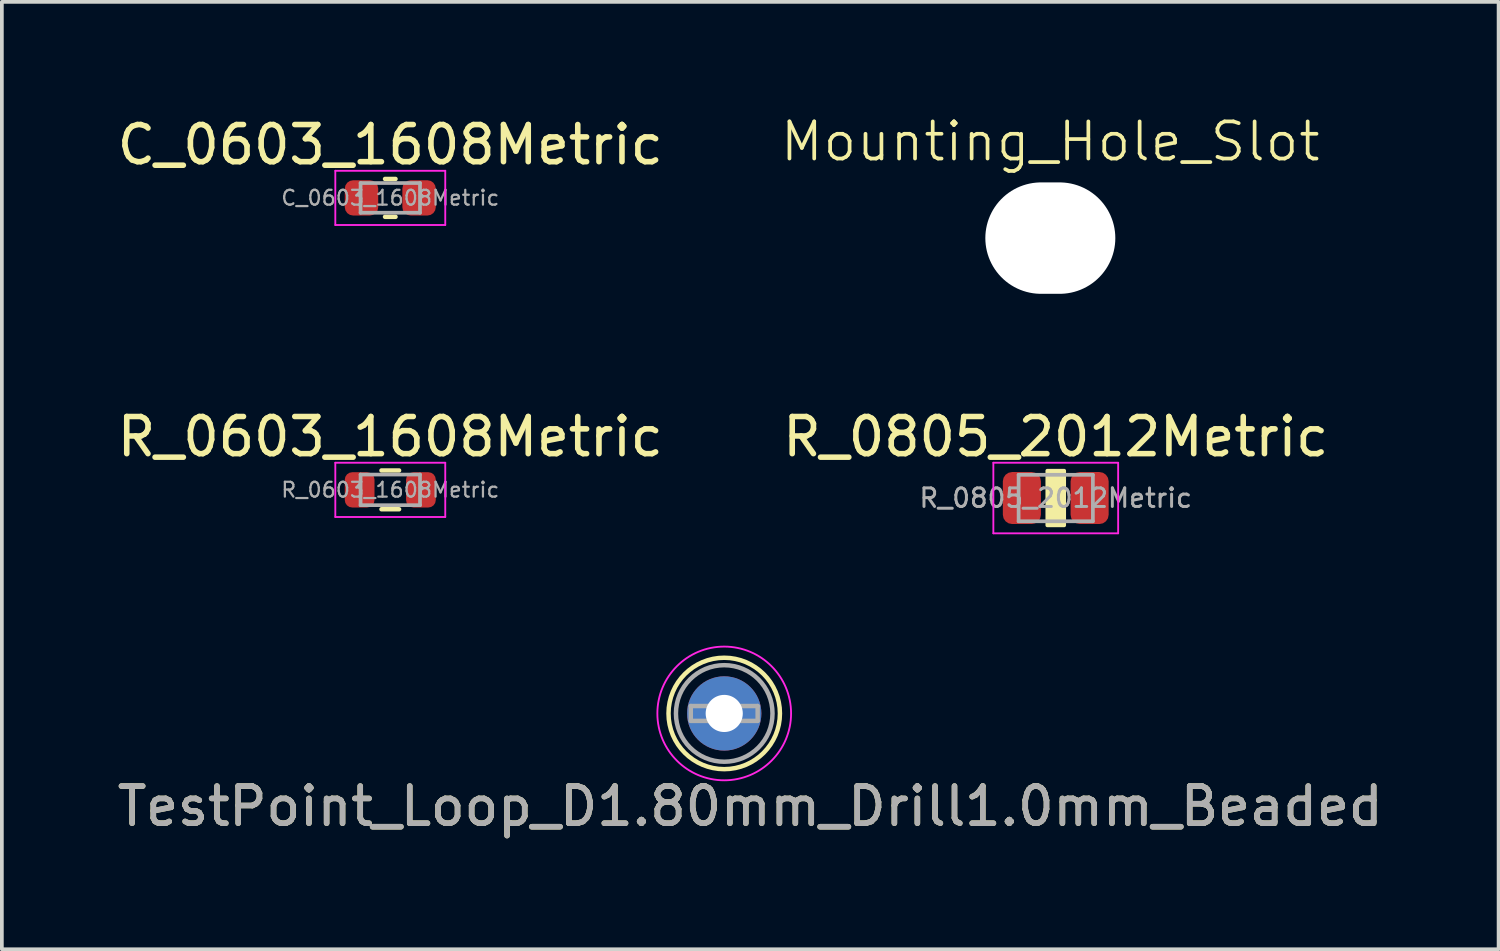
<source format=kicad_pcb>
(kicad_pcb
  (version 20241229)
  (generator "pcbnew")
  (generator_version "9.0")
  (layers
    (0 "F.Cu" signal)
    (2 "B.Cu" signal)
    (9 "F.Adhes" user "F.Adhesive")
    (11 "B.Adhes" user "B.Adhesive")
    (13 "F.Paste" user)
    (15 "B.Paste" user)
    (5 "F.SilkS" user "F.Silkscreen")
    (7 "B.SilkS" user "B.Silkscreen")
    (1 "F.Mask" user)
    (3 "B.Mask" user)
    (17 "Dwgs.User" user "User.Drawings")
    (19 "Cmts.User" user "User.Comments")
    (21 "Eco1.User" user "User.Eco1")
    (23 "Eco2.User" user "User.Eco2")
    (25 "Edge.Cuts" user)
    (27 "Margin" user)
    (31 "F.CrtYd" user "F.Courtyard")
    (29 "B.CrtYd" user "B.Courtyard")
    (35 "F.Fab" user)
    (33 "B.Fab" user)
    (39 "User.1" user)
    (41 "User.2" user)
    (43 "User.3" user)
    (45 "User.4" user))
  (footprint "C_0603_1608Metric"
    (layer "F.Cu")
    (at 7.458 2.278)
    (property "Reference" "C_0603_1608Metric" (at 0 -1.43 0) (layer "F.SilkS") (effects (font (size 1 1) (thickness 0.15))))
    (attr smd)
    (fp_line (start -0.141 -0.51) (end 0.141 -0.51) (stroke (width 0.12) (type solid)) (layer "F.SilkS"))
    (fp_line (start -0.141 0.51) (end 0.141 0.51) (stroke (width 0.12) (type solid)) (layer "F.SilkS"))
    (fp_line (start -1.48 -0.73) (end 1.48 -0.73) (stroke (width 0.05) (type solid)) (layer "F.CrtYd"))
    (fp_line (start -1.48 0.73) (end -1.48 -0.73) (stroke (width 0.05) (type solid)) (layer "F.CrtYd"))
    (fp_line (start 1.48 -0.73) (end 1.48 0.73) (stroke (width 0.05) (type solid)) (layer "F.CrtYd"))
    (fp_line (start 1.48 0.73) (end -1.48 0.73) (stroke (width 0.05) (type solid)) (layer "F.CrtYd"))
    (fp_line (start -0.8 -0.4) (end 0.8 -0.4) (stroke (width 0.1) (type solid)) (layer "F.Fab"))
    (fp_line (start -0.8 0.4) (end -0.8 -0.4) (stroke (width 0.1) (type solid)) (layer "F.Fab"))
    (fp_line (start 0.8 -0.4) (end 0.8 0.4) (stroke (width 0.1) (type solid)) (layer "F.Fab"))
    (fp_line (start 0.8 0.4) (end -0.8 0.4) (stroke (width 0.1) (type solid)) (layer "F.Fab"))
    (fp_text user "${REFERENCE}" (at 0 0 0) (layer "F.Fab") (effects (font (size 0.4 0.4) (thickness 0.06))))
    (pad "1" smd roundrect (at -0.775 0) (size 0.9 0.95) (layers "F.Cu" "F.Mask" "F.Paste") (roundrect_rratio 0.25))
    (pad "2" smd roundrect (at 0.775 0) (size 0.9 0.95) (layers "F.Cu" "F.Mask" "F.Paste") (roundrect_rratio 0.25)))
  (footprint "TestPoint_Loop_D1.80mm_Drill1.0mm_Beaded"
    (layer "F.Cu")
    (at 16.449 16.159)
    (property "Reference" "TestPoint_Loop_D1.80mm_Drill1.0mm_Beaded" (at 0.7 2.5 0) (layer "F.SilkS") (effects (font (size 1 1) (thickness 0.15))))
    (attr through_hole)
    (fp_circle (center 0 0) (end 1.5 0) (stroke (width 0.12) (type solid)) (fill no) (layer "F.SilkS"))
    (fp_circle (center 0 0) (end 1.8 0) (stroke (width 0.05) (type solid)) (fill no) (layer "F.CrtYd"))
    (fp_line (start -0.9 -0.2) (end 0.9 -0.2) (stroke (width 0.12) (type solid)) (layer "F.Fab"))
    (fp_line (start -0.9 0.2) (end -0.9 -0.2) (stroke (width 0.12) (type solid)) (layer "F.Fab"))
    (fp_line (start 0.9 -0.2) (end 0.9 0.2) (stroke (width 0.12) (type solid)) (layer "F.Fab"))
    (fp_line (start 0.9 0.2) (end -0.9 0.2) (stroke (width 0.12) (type solid)) (layer "F.Fab"))
    (fp_circle (center 0 0) (end 1.3 0) (stroke (width 0.12) (type solid)) (fill no) (layer "F.Fab"))
    (fp_text user "${REFERENCE}" (at 0.7 2.5 0) (layer "F.Fab") (effects (font (size 1 1) (thickness 0.15))))
    (pad "1" thru_hole circle (at 0 0) (size 2 2) (drill 1) (layers "*.Cu" "*.Mask")))
  (footprint "R_0603_1608Metric"
    (layer "F.Cu")
    (at 7.458 10.139)
    (property "Reference" "R_0603_1608Metric" (at 0 -1.43 0) (layer "F.SilkS") (effects (font (size 1 1) (thickness 0.15))))
    (attr smd)
    (fp_line (start -0.237 -0.522) (end 0.237 -0.522) (stroke (width 0.12) (type solid)) (layer "F.SilkS"))
    (fp_line (start -0.237 0.522) (end 0.237 0.522) (stroke (width 0.12) (type solid)) (layer "F.SilkS"))
    (fp_line (start -1.48 -0.73) (end 1.48 -0.73) (stroke (width 0.05) (type solid)) (layer "F.CrtYd"))
    (fp_line (start -1.48 0.73) (end -1.48 -0.73) (stroke (width 0.05) (type solid)) (layer "F.CrtYd"))
    (fp_line (start 1.48 -0.73) (end 1.48 0.73) (stroke (width 0.05) (type solid)) (layer "F.CrtYd"))
    (fp_line (start 1.48 0.73) (end -1.48 0.73) (stroke (width 0.05) (type solid)) (layer "F.CrtYd"))
    (fp_line (start -0.8 -0.412) (end 0.8 -0.412) (stroke (width 0.1) (type solid)) (layer "F.Fab"))
    (fp_line (start -0.8 0.412) (end -0.8 -0.412) (stroke (width 0.1) (type solid)) (layer "F.Fab"))
    (fp_line (start 0.8 -0.412) (end 0.8 0.412) (stroke (width 0.1) (type solid)) (layer "F.Fab"))
    (fp_line (start 0.8 0.412) (end -0.8 0.412) (stroke (width 0.1) (type solid)) (layer "F.Fab"))
    (fp_text user "${REFERENCE}" (at 0 0 0) (layer "F.Fab") (effects (font (size 0.4 0.4) (thickness 0.06))))
    (pad "1" smd roundrect (at -0.825 0) (size 0.8 0.95) (layers "F.Cu" "F.Mask" "F.Paste") (roundrect_rratio 0.25))
    (pad "2" smd roundrect (at 0.825 0) (size 0.8 0.95) (layers "F.Cu" "F.Mask" "F.Paste") (roundrect_rratio 0.25)))
  (footprint "R_0805_2012Metric"
    (layer "F.Cu")
    (at 25.375 10.359)
    (property "Reference" "R_0805_2012Metric" (at 0 -1.65 0) (layer "F.SilkS") (effects (font (size 1 1) (thickness 0.15))))
    (attr smd)
    (fp_rect (start -0.227 -0.735) (end 0.227 0.735) (stroke (width 0.1) (type solid)) (fill yes) (layer "F.SilkS"))
    (fp_line (start -1.68 -0.95) (end 1.68 -0.95) (stroke (width 0.05) (type solid)) (layer "F.CrtYd"))
    (fp_line (start -1.68 0.95) (end -1.68 -0.95) (stroke (width 0.05) (type solid)) (layer "F.CrtYd"))
    (fp_line (start 1.68 -0.95) (end 1.68 0.95) (stroke (width 0.05) (type solid)) (layer "F.CrtYd"))
    (fp_line (start 1.68 0.95) (end -1.68 0.95) (stroke (width 0.05) (type solid)) (layer "F.CrtYd"))
    (fp_line (start -1 -0.625) (end 1 -0.625) (stroke (width 0.1) (type solid)) (layer "F.Fab"))
    (fp_line (start -1 0.625) (end -1 -0.625) (stroke (width 0.1) (type solid)) (layer "F.Fab"))
    (fp_line (start 1 -0.625) (end 1 0.625) (stroke (width 0.1) (type solid)) (layer "F.Fab"))
    (fp_line (start 1 0.625) (end -1 0.625) (stroke (width 0.1) (type solid)) (layer "F.Fab"))
    (fp_text user "${REFERENCE}" (at 0 0 0) (layer "F.Fab") (effects (font (size 0.5 0.5) (thickness 0.08))))
    (pad "1" smd roundrect (at -0.912 0) (size 1.025 1.4) (layers "F.Cu" "F.Mask" "F.Paste") (roundrect_rratio 0.244))
    (pad "2" smd roundrect (at 0.912 0) (size 1.025 1.4) (layers "F.Cu" "F.Mask" "F.Paste") (roundrect_rratio 0.244)))
  (footprint "Mounting_Hole_Slot"
    (layer "F.Cu")
    (at 25.229 3.361)
    (property "Reference" "Mounting_Hole_Slot" (at 0 -2.6 0) (unlocked yes) (layer "F.SilkS") (effects (font (size 1 1) (thickness 0.1))))
    (attr smd)
    (pad "" np_thru_hole oval (at 0 0) (size 3.5 3) (drill oval 3.5 3) (layers "*.Cu")))
  (gr_rect
    (start -3 -3)
    (end 37.298 22.507)
    (stroke (width 0.1) (type default))
    (fill no)
    (layer "Edge.Cuts")))
</source>
